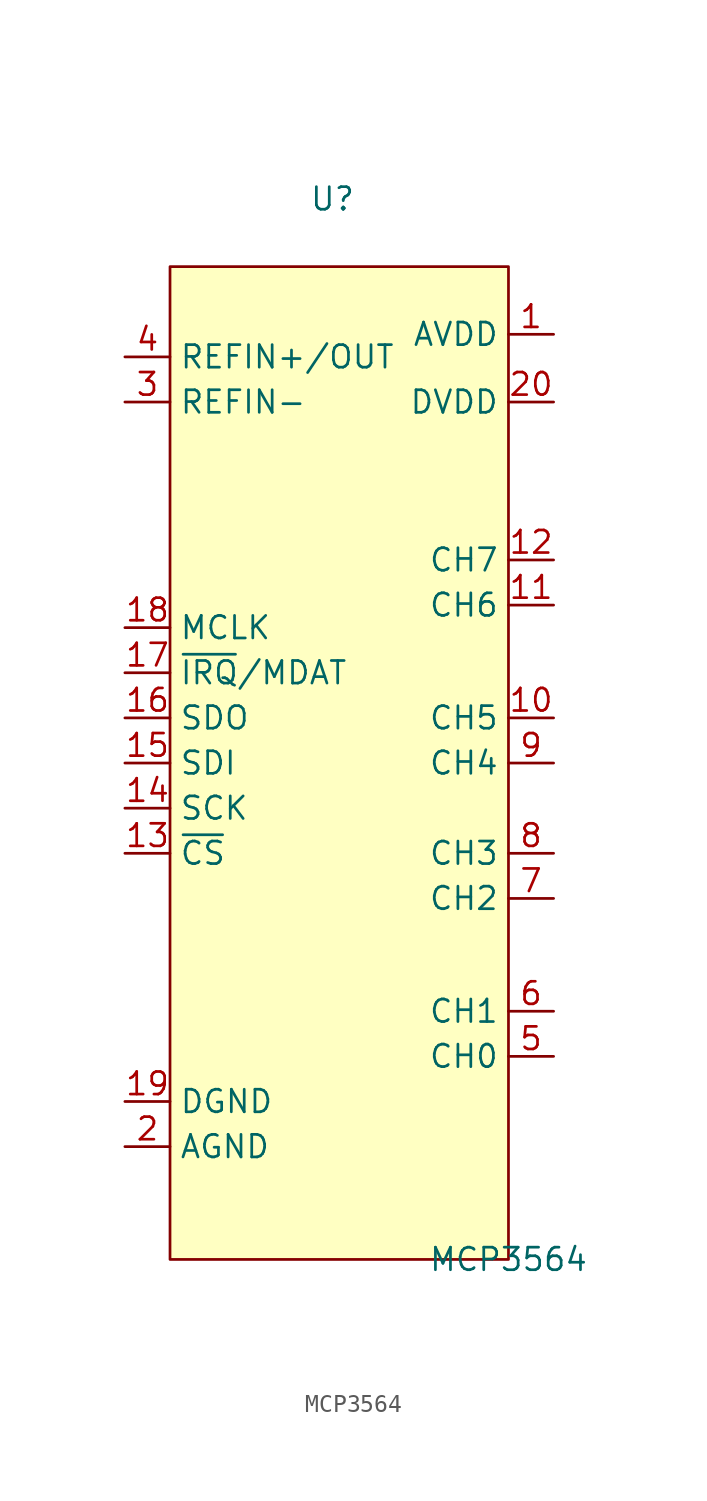
<source format=kicad_sym>
(kicad_symbol_lib
  (version 20241209)
  (generator "kicad_symbol_editor")
  (generator_version "9.0")
  (symbol "MCP3564"
    (property "Reference" "U"
      (at -9.906 59.69 0)
      (effects (font (size 1.27 1.27))))
    (property "Value" "MCP3564"
      (at 0 0 0)
      (effects (font (size 1.27 1.27))))
    (symbol "MCP3564_0_0"
      (pin input line (at -21.59 50.8 0) (length 2.54) (name "REFIN+/OUT" (effects (font (size 1.27 1.27)))) (number "4" (effects (font (size 1.27 1.27)))))
      (pin input line (at -21.59 48.26 0) (length 2.54) (name "REFIN-" (effects (font (size 1.27 1.27)))) (number "3" (effects (font (size 1.27 1.27)))))
      (pin unspecified line (at -21.59 35.56 0) (length 2.54) (name "MCLK" (effects (font (size 1.27 1.27)))) (number "18" (effects (font (size 1.27 1.27)))))
      (pin unspecified line (at -21.59 33.02 0) (length 2.54) (name "~{IRQ}/MDAT" (effects (font (size 1.27 1.27)))) (number "17" (effects (font (size 1.27 1.27)))))
      (pin unspecified line (at -21.59 30.48 0) (length 2.54) (name "SDO" (effects (font (size 1.27 1.27)))) (number "16" (effects (font (size 1.27 1.27)))))
      (pin unspecified line (at -21.59 27.94 0) (length 2.54) (name "SDI" (effects (font (size 1.27 1.27)))) (number "15" (effects (font (size 1.27 1.27)))))
      (pin unspecified line (at -21.59 25.4 0) (length 2.54) (name "SCK" (effects (font (size 1.27 1.27)))) (number "14" (effects (font (size 1.27 1.27)))))
      (pin input line (at -21.59 22.86 0) (length 2.54) (name "~{CS}" (effects (font (size 1.27 1.27)))) (number "13" (effects (font (size 1.27 1.27)))))
      (pin unspecified line (at -21.59 8.89 0) (length 2.54) (name "DGND" (effects (font (size 1.27 1.27)))) (number "19" (effects (font (size 1.27 1.27)))))
      (pin power_in line (at -21.59 6.35 0) (length 2.54) (name "AGND" (effects (font (size 1.27 1.27)))) (number "2" (effects (font (size 1.27 1.27)))))
      (pin power_in line (at 2.54 52.07 180) (length 2.54) (name "AVDD" (effects (font (size 1.27 1.27)))) (number "1" (effects (font (size 1.27 1.27)))))
      (pin unspecified line (at 2.54 48.26 180) (length 2.54) (name "DVDD" (effects (font (size 1.27 1.27)))) (number "20" (effects (font (size 1.27 1.27)))))
      (pin input line (at 2.54 39.37 180) (length 2.54) (name "CH7" (effects (font (size 1.27 1.27)))) (number "12" (effects (font (size 1.27 1.27)))))
      (pin input line (at 2.54 36.83 180) (length 2.54) (name "CH6" (effects (font (size 1.27 1.27)))) (number "11" (effects (font (size 1.27 1.27)))))
      (pin input line (at 2.54 30.48 180) (length 2.54) (name "CH5" (effects (font (size 1.27 1.27)))) (number "10" (effects (font (size 1.27 1.27)))))
      (pin input line (at 2.54 27.94 180) (length 2.54) (name "CH4" (effects (font (size 1.27 1.27)))) (number "9" (effects (font (size 1.27 1.27)))))
      (pin input line (at 2.54 22.86 180) (length 2.54) (name "CH3" (effects (font (size 1.27 1.27)))) (number "8" (effects (font (size 1.27 1.27)))))
      (pin input line (at 2.54 20.32 180) (length 2.54) (name "CH2" (effects (font (size 1.27 1.27)))) (number "7" (effects (font (size 1.27 1.27)))))
      (pin input line (at 2.54 13.97 180) (length 2.54) (name "CH1" (effects (font (size 1.27 1.27)))) (number "6" (effects (font (size 1.27 1.27)))))
      (pin input line (at 2.54 11.43 180) (length 2.54) (name "CH0" (effects (font (size 1.27 1.27)))) (number "5" (effects (font (size 1.27 1.27))))))
    (symbol "MCP3564_1_1"
      (rectangle (start -19.05 55.88) (end 0 0) (stroke (width 0) (type solid)) (fill (type background))))))
</source>
